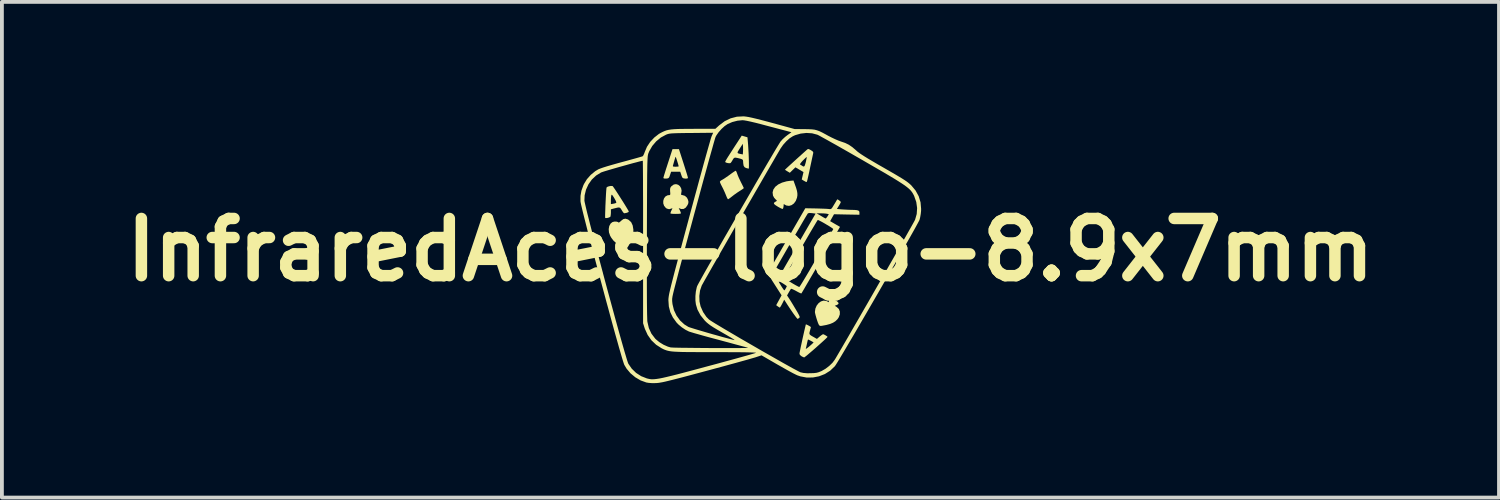
<source format=kicad_pcb>
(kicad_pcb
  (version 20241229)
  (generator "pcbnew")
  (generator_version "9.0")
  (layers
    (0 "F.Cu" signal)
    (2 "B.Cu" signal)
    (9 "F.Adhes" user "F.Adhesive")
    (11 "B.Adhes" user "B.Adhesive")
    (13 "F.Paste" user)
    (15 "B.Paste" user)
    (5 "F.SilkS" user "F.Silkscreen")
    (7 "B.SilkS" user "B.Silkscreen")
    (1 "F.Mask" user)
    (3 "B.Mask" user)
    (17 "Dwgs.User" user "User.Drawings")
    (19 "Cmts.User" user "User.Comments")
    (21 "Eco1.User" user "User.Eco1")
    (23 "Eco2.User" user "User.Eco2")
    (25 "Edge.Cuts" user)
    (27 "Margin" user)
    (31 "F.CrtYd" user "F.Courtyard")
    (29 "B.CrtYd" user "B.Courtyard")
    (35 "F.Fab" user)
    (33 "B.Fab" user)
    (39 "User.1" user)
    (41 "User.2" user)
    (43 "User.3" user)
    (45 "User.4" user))
  (footprint "InfraredAces-logo-8.9x7mm"
    (layer "F.Cu")
    (at 16.621 3.498)
    (property "Reference" "InfraredAces-logo-8.9x7mm" (at 0 0 0) (layer "F.SilkS") (effects (font (size 1.5 1.5) (thickness 0.3))))
    (attr board_only exclude_from_pos_files exclude_from_bom)
    (fp_poly (pts (xy -3.217 -0.798) (xy -3.191 -0.783) (xy -3.127 -0.725) (xy -3.087 -0.64) (xy -3.069 -0.532) (xy -3.07 -0.457) (xy -3.077 -0.387) (xy -3.09 -0.327) (xy -3.113 -0.264) (xy -3.15 -0.187) (xy -3.155 -0.177) (xy -3.191 -0.112) (xy -3.224 -0.06) (xy -3.249 -0.028) (xy -3.259 -0.021) (xy -3.285 -0.028) (xy -3.331 -0.05) (xy -3.39 -0.084) (xy -3.416 -0.101) (xy -3.516 -0.172) (xy -3.591 -0.242) (xy -3.648 -0.317) (xy -3.678 -0.37) (xy -3.708 -0.456) (xy -3.715 -0.542) (xy -3.701 -0.622) (xy -3.666 -0.687) (xy -3.62 -0.725) (xy -3.571 -0.739) (xy -3.518 -0.74) (xy -3.475 -0.729) (xy -3.458 -0.715) (xy -3.442 -0.717) (xy -3.411 -0.74) (xy -3.39 -0.76) (xy -3.333 -0.804) (xy -3.278 -0.816)) (stroke (width 0) (type solid)) (fill yes) (layer "F.SilkS"))
    (fp_poly (pts (xy 2.113 1.261) (xy 2.169 1.287) (xy 2.212 1.312) (xy 2.276 1.355) (xy 2.307 1.389) (xy 2.308 1.417) (xy 2.278 1.44) (xy 2.265 1.446) (xy 2.211 1.468) (xy 2.261 1.499) (xy 2.316 1.55) (xy 2.343 1.617) (xy 2.343 1.692) (xy 2.315 1.77) (xy 2.279 1.822) (xy 2.227 1.872) (xy 2.166 1.911) (xy 2.09 1.943) (xy 1.992 1.97) (xy 1.869 1.993) (xy 1.827 1.995) (xy 1.801 1.978) (xy 1.788 1.955) (xy 1.769 1.911) (xy 1.747 1.847) (xy 1.725 1.776) (xy 1.706 1.708) (xy 1.693 1.653) (xy 1.69 1.627) (xy 1.703 1.539) (xy 1.737 1.461) (xy 1.787 1.398) (xy 1.848 1.353) (xy 1.915 1.332) (xy 1.983 1.339) (xy 2.002 1.347) (xy 2.056 1.374) (xy 2.056 1.314) (xy 2.061 1.274) (xy 2.079 1.257)) (stroke (width 0) (type solid)) (fill yes) (layer "F.SilkS"))
    (fp_poly (pts (xy 1.162 -1.723) (xy 1.198 -1.622) (xy 1.22 -1.545) (xy 1.23 -1.483) (xy 1.231 -1.428) (xy 1.222 -1.373) (xy 1.221 -1.367) (xy 1.189 -1.282) (xy 1.14 -1.215) (xy 1.079 -1.171) (xy 1.011 -1.151) (xy 0.943 -1.161) (xy 0.921 -1.172) (xy 0.873 -1.199) (xy 0.868 -1.137) (xy 0.86 -1.095) (xy 0.847 -1.071) (xy 0.845 -1.07) (xy 0.822 -1.077) (xy 0.779 -1.097) (xy 0.724 -1.127) (xy 0.719 -1.13) (xy 0.655 -1.171) (xy 0.62 -1.202) (xy 0.615 -1.226) (xy 0.635 -1.248) (xy 0.649 -1.256) (xy 0.685 -1.277) (xy 0.692 -1.292) (xy 0.671 -1.313) (xy 0.657 -1.324) (xy 0.621 -1.365) (xy 0.593 -1.418) (xy 0.591 -1.422) (xy 0.581 -1.505) (xy 0.602 -1.582) (xy 0.652 -1.653) (xy 0.728 -1.713) (xy 0.828 -1.761) (xy 0.947 -1.795) (xy 1.03 -1.807) (xy 1.128 -1.816)) (stroke (width 0) (type solid)) (fill yes) (layer "F.SilkS"))
    (fp_poly (pts (xy -0.373 -2.058) (xy -0.356 -2.02) (xy -0.349 -1.999) (xy -0.331 -1.95) (xy -0.302 -1.882) (xy -0.266 -1.807) (xy -0.251 -1.776) (xy -0.218 -1.711) (xy -0.192 -1.658) (xy -0.177 -1.625) (xy -0.174 -1.617) (xy -0.188 -1.604) (xy -0.224 -1.578) (xy -0.275 -1.545) (xy -0.281 -1.542) (xy -0.354 -1.494) (xy -0.431 -1.439) (xy -0.481 -1.4) (xy -0.53 -1.362) (xy -0.568 -1.335) (xy -0.588 -1.324) (xy -0.588 -1.324) (xy -0.6 -1.339) (xy -0.62 -1.378) (xy -0.642 -1.433) (xy -0.674 -1.509) (xy -0.713 -1.594) (xy -0.742 -1.651) (xy -0.772 -1.709) (xy -0.793 -1.756) (xy -0.801 -1.782) (xy -0.801 -1.783) (xy -0.787 -1.805) (xy -0.752 -1.829) (xy -0.745 -1.832) (xy -0.706 -1.855) (xy -0.65 -1.892) (xy -0.583 -1.938) (xy -0.544 -1.966) (xy -0.483 -2.011) (xy -0.432 -2.046) (xy -0.397 -2.068) (xy -0.386 -2.073)) (stroke (width 0) (type solid)) (fill yes) (layer "F.SilkS"))
    (fp_poly (pts (xy -1.756 -2.273) (xy -1.722 -2.166) (xy -1.691 -2.068) (xy -1.666 -1.987) (xy -1.648 -1.926) (xy -1.639 -1.891) (xy -1.638 -1.885) (xy -1.651 -1.87) (xy -1.691 -1.866) (xy -1.71 -1.867) (xy -1.753 -1.873) (xy -1.779 -1.886) (xy -1.796 -1.916) (xy -1.812 -1.96) (xy -1.841 -2.047) (xy -1.96 -2.047) (xy -2.079 -2.047) (xy -2.108 -1.96) (xy -2.126 -1.909) (xy -2.145 -1.882) (xy -2.172 -1.871) (xy -2.21 -1.867) (xy -2.26 -1.868) (xy -2.281 -1.879) (xy -2.282 -1.885) (xy -2.276 -1.907) (xy -2.262 -1.958) (xy -2.239 -2.032) (xy -2.211 -2.123) (xy -2.189 -2.189) (xy -2.032 -2.189) (xy -2.014 -2.18) (xy -1.969 -2.178) (xy -1.961 -2.178) (xy -1.914 -2.18) (xy -1.885 -2.185) (xy -1.881 -2.188) (xy -1.886 -2.21) (xy -1.898 -2.254) (xy -1.915 -2.308) (xy -1.932 -2.363) (xy -1.948 -2.409) (xy -1.958 -2.436) (xy -1.96 -2.439) (xy -1.968 -2.424) (xy -1.981 -2.384) (xy -1.994 -2.339) (xy -2.011 -2.279) (xy -2.025 -2.23) (xy -2.032 -2.208) (xy -2.032 -2.189) (xy -2.189 -2.189) (xy -2.177 -2.227) (xy -2.162 -2.273) (xy -2.043 -2.639) (xy -1.959 -2.639) (xy -1.874 -2.639)) (stroke (width 0) (type solid)) (fill yes) (layer "F.SilkS"))
    (fp_poly (pts (xy -1.895 -1.705) (xy -1.849 -1.668) (xy -1.817 -1.614) (xy -1.804 -1.549) (xy -1.815 -1.476) (xy -1.816 -1.472) (xy -1.819 -1.446) (xy -1.797 -1.436) (xy -1.785 -1.435) (xy -1.717 -1.414) (xy -1.664 -1.366) (xy -1.636 -1.308) (xy -1.625 -1.258) (xy -1.63 -1.216) (xy -1.648 -1.174) (xy -1.694 -1.107) (xy -1.749 -1.072) (xy -1.81 -1.069) (xy -1.828 -1.074) (xy -1.88 -1.094) (xy -1.847 -1.028) (xy -1.829 -0.986) (xy -1.823 -0.956) (xy -1.824 -0.952) (xy -1.846 -0.946) (xy -1.892 -0.942) (xy -1.955 -0.941) (xy -1.96 -0.941) (xy -2.023 -0.942) (xy -2.071 -0.946) (xy -2.095 -0.951) (xy -2.096 -0.952) (xy -2.095 -0.972) (xy -2.081 -1.011) (xy -2.071 -1.031) (xy -2.051 -1.073) (xy -2.046 -1.09) (xy -2.056 -1.089) (xy -2.071 -1.081) (xy -2.132 -1.064) (xy -2.191 -1.08) (xy -2.218 -1.098) (xy -2.263 -1.152) (xy -2.285 -1.216) (xy -2.285 -1.283) (xy -2.266 -1.346) (xy -2.229 -1.397) (xy -2.176 -1.427) (xy -2.137 -1.433) (xy -2.114 -1.435) (xy -2.103 -1.448) (xy -2.101 -1.481) (xy -2.105 -1.528) (xy -2.107 -1.585) (xy -2.101 -1.623) (xy -2.081 -1.655) (xy -2.063 -1.673) (xy -2.008 -1.712) (xy -1.95 -1.721)) (stroke (width 0) (type solid)) (fill yes) (layer "F.SilkS"))
    (fp_poly (pts (xy -0.153 -2.971) (xy -0.078 -2.949) (xy -0.067 -2.826) (xy -0.06 -2.736) (xy -0.054 -2.635) (xy -0.048 -2.53) (xy -0.044 -2.427) (xy -0.041 -2.33) (xy -0.04 -2.246) (xy -0.04 -2.18) (xy -0.042 -2.139) (xy -0.046 -2.127) (xy -0.072 -2.133) (xy -0.114 -2.144) (xy -0.115 -2.144) (xy -0.155 -2.166) (xy -0.18 -2.208) (xy -0.19 -2.275) (xy -0.192 -2.319) (xy -0.197 -2.352) (xy -0.218 -2.372) (xy -0.258 -2.386) (xy -0.334 -2.406) (xy -0.384 -2.415) (xy -0.416 -2.414) (xy -0.438 -2.399) (xy -0.458 -2.371) (xy -0.467 -2.354) (xy -0.494 -2.309) (xy -0.517 -2.279) (xy -0.523 -2.273) (xy -0.551 -2.269) (xy -0.592 -2.273) (xy -0.633 -2.284) (xy -0.659 -2.298) (xy -0.662 -2.304) (xy -0.658 -2.316) (xy -0.646 -2.34) (xy -0.624 -2.379) (xy -0.59 -2.434) (xy -0.542 -2.509) (xy -0.52 -2.543) (xy -0.338 -2.543) (xy -0.325 -2.529) (xy -0.294 -2.52) (xy -0.275 -2.515) (xy -0.2 -2.5) (xy -0.195 -2.565) (xy -0.193 -2.628) (xy -0.194 -2.696) (xy -0.195 -2.705) (xy -0.2 -2.779) (xy -0.267 -2.676) (xy -0.309 -2.61) (xy -0.333 -2.568) (xy -0.338 -2.543) (xy -0.52 -2.543) (xy -0.479 -2.607) (xy -0.4 -2.729) (xy -0.354 -2.799) (xy -0.228 -2.993)) (stroke (width 0) (type solid)) (fill yes) (layer "F.SilkS"))
    (fp_poly (pts (xy 1.551 -2.63) (xy 1.584 -2.612) (xy 1.628 -2.583) (xy 1.646 -2.557) (xy 1.646 -2.536) (xy 1.64 -2.508) (xy 1.628 -2.452) (xy 1.611 -2.374) (xy 1.591 -2.28) (xy 1.568 -2.175) (xy 1.567 -2.169) (xy 1.541 -2.043) (xy 1.52 -1.948) (xy 1.504 -1.879) (xy 1.493 -1.831) (xy 1.484 -1.801) (xy 1.478 -1.785) (xy 1.472 -1.778) (xy 1.467 -1.777) (xy 1.445 -1.785) (xy 1.408 -1.806) (xy 1.4 -1.81) (xy 1.345 -1.844) (xy 1.368 -1.941) (xy 1.391 -2.038) (xy 1.285 -2.1) (xy 1.179 -2.162) (xy 1.106 -2.091) (xy 1.033 -2.019) (xy 0.97 -2.056) (xy 0.93 -2.081) (xy 0.908 -2.097) (xy 0.906 -2.1) (xy 0.918 -2.112) (xy 0.952 -2.144) (xy 1.003 -2.191) (xy 1.054 -2.238) (xy 1.298 -2.238) (xy 1.3 -2.236) (xy 1.328 -2.22) (xy 1.352 -2.204) (xy 1.384 -2.184) (xy 1.407 -2.185) (xy 1.425 -2.21) (xy 1.442 -2.264) (xy 1.452 -2.302) (xy 1.465 -2.363) (xy 1.474 -2.409) (xy 1.476 -2.432) (xy 1.476 -2.432) (xy 1.462 -2.424) (xy 1.43 -2.395) (xy 1.387 -2.353) (xy 1.375 -2.341) (xy 1.333 -2.294) (xy 1.306 -2.258) (xy 1.298 -2.238) (xy 1.054 -2.238) (xy 1.068 -2.25) (xy 1.141 -2.317) (xy 1.219 -2.388) (xy 1.297 -2.458) (xy 1.371 -2.525) (xy 1.437 -2.584) (xy 1.475 -2.618) (xy 1.5 -2.638) (xy 1.521 -2.642)) (stroke (width 0) (type solid)) (fill yes) (layer "F.SilkS"))
    (fp_poly (pts (xy -3.621 -1.672) (xy -3.607 -1.665) (xy -3.585 -1.634) (xy -3.549 -1.582) (xy -3.504 -1.514) (xy -3.452 -1.434) (xy -3.398 -1.349) (xy -3.343 -1.263) (xy -3.292 -1.181) (xy -3.248 -1.109) (xy -3.214 -1.052) (xy -3.193 -1.015) (xy -3.188 -1.003) (xy -3.203 -0.986) (xy -3.241 -0.97) (xy -3.289 -0.96) (xy -3.311 -0.958) (xy -3.328 -0.972) (xy -3.354 -1.007) (xy -3.373 -1.038) (xy -3.397 -1.077) (xy -3.418 -1.1) (xy -3.445 -1.11) (xy -3.485 -1.106) (xy -3.546 -1.091) (xy -3.592 -1.079) (xy -3.658 -1.061) (xy -3.658 -0.967) (xy -3.662 -0.913) (xy -3.669 -0.874) (xy -3.676 -0.862) (xy -3.716 -0.844) (xy -3.761 -0.833) (xy -3.796 -0.832) (xy -3.808 -0.838) (xy -3.809 -0.858) (xy -3.809 -0.908) (xy -3.807 -0.98) (xy -3.804 -1.068) (xy -3.801 -1.166) (xy -3.799 -1.197) (xy -3.658 -1.197) (xy -3.595 -1.208) (xy -3.549 -1.218) (xy -3.519 -1.23) (xy -3.517 -1.232) (xy -3.518 -1.253) (xy -3.535 -1.294) (xy -3.565 -1.348) (xy -3.569 -1.356) (xy -3.604 -1.41) (xy -3.625 -1.439) (xy -3.638 -1.444) (xy -3.646 -1.43) (xy -3.647 -1.425) (xy -3.653 -1.385) (xy -3.657 -1.326) (xy -3.658 -1.291) (xy -3.658 -1.197) (xy -3.799 -1.197) (xy -3.796 -1.269) (xy -3.791 -1.369) (xy -3.786 -1.462) (xy -3.781 -1.54) (xy -3.776 -1.597) (xy -3.773 -1.629) (xy -3.772 -1.631) (xy -3.751 -1.65) (xy -3.709 -1.665) (xy -3.661 -1.674)) (stroke (width 0) (type solid)) (fill yes) (layer "F.SilkS"))
    (fp_poly (pts (xy 1.47 1.959) (xy 1.504 1.975) (xy 1.543 1.996) (xy 1.574 2.016) (xy 1.585 2.027) (xy 1.581 2.044) (xy 1.57 2.084) (xy 1.561 2.12) (xy 1.548 2.168) (xy 1.546 2.2) (xy 1.558 2.224) (xy 1.589 2.248) (xy 1.644 2.28) (xy 1.66 2.289) (xy 1.743 2.336) (xy 1.815 2.274) (xy 1.858 2.24) (xy 1.892 2.218) (xy 1.904 2.212) (xy 1.929 2.221) (xy 1.965 2.24) (xy 2 2.262) (xy 2.02 2.279) (xy 2.021 2.282) (xy 2.008 2.298) (xy 1.974 2.332) (xy 1.921 2.381) (xy 1.856 2.44) (xy 1.782 2.506) (xy 1.705 2.575) (xy 1.628 2.642) (xy 1.555 2.704) (xy 1.493 2.757) (xy 1.444 2.796) (xy 1.415 2.818) (xy 1.408 2.821) (xy 1.379 2.811) (xy 1.337 2.789) (xy 1.333 2.786) (xy 1.295 2.753) (xy 1.286 2.716) (xy 1.286 2.713) (xy 1.293 2.676) (xy 1.306 2.614) (xy 1.31 2.593) (xy 1.45 2.593) (xy 1.457 2.596) (xy 1.484 2.579) (xy 1.527 2.546) (xy 1.547 2.529) (xy 1.597 2.485) (xy 1.634 2.45) (xy 1.654 2.431) (xy 1.655 2.429) (xy 1.641 2.418) (xy 1.608 2.399) (xy 1.567 2.377) (xy 1.531 2.359) (xy 1.51 2.352) (xy 1.51 2.352) (xy 1.503 2.367) (xy 1.493 2.408) (xy 1.482 2.458) (xy 1.469 2.519) (xy 1.457 2.57) (xy 1.45 2.593) (xy 1.31 2.593) (xy 1.322 2.534) (xy 1.342 2.442) (xy 1.363 2.343) (xy 1.385 2.245) (xy 1.406 2.152) (xy 1.425 2.07) (xy 1.44 2.007) (xy 1.45 1.966) (xy 1.453 1.955)) (stroke (width 0) (type solid)) (fill yes) (layer "F.SilkS"))
    (fp_poly (pts (xy 2.291 -1.318) (xy 2.32 -1.3) (xy 2.35 -1.276) (xy 2.368 -1.256) (xy 2.369 -1.252) (xy 2.361 -1.23) (xy 2.339 -1.189) (xy 2.318 -1.154) (xy 2.266 -1.071) (xy 2.383 -1.06) (xy 2.462 -1.055) (xy 2.555 -1.05) (xy 2.639 -1.047) (xy 2.73 -1.045) (xy 2.792 -1.039) (xy 2.83 -1.028) (xy 2.85 -1.011) (xy 2.857 -0.985) (xy 2.857 -0.971) (xy 2.857 -0.919) (xy 2.524 -0.925) (xy 2.191 -0.932) (xy 2.14 -0.842) (xy 2.089 -0.751) (xy 2.218 -0.676) (xy 2.348 -0.601) (xy 1.847 0.266) (xy 1.755 0.425) (xy 1.669 0.575) (xy 1.588 0.713) (xy 1.516 0.837) (xy 1.454 0.943) (xy 1.404 1.03) (xy 1.366 1.094) (xy 1.343 1.133) (xy 1.336 1.144) (xy 1.317 1.14) (xy 1.276 1.122) (xy 1.221 1.093) (xy 1.2 1.081) (xy 1.141 1.05) (xy 1.094 1.029) (xy 1.066 1.021) (xy 1.063 1.023) (xy 1.048 1.045) (xy 1.023 1.086) (xy 1.005 1.117) (xy 0.96 1.197) (xy 1.006 1.265) (xy 1.032 1.305) (xy 1.071 1.367) (xy 1.118 1.444) (xy 1.168 1.528) (xy 1.18 1.548) (xy 1.23 1.633) (xy 1.263 1.693) (xy 1.283 1.733) (xy 1.291 1.759) (xy 1.288 1.775) (xy 1.278 1.786) (xy 1.277 1.787) (xy 1.248 1.806) (xy 1.236 1.811) (xy 1.222 1.798) (xy 1.193 1.763) (xy 1.155 1.711) (xy 1.13 1.677) (xy 1.076 1.599) (xy 1.019 1.515) (xy 0.969 1.439) (xy 0.96 1.425) (xy 0.885 1.308) (xy 0.833 1.412) (xy 0.805 1.464) (xy 0.782 1.501) (xy 0.77 1.515) (xy 0.749 1.505) (xy 0.717 1.483) (xy 0.675 1.452) (xy 0.746 1.322) (xy 0.816 1.193) (xy 0.633 0.907) (xy 0.579 0.823) (xy 0.739 0.823) (xy 0.744 0.84) (xy 0.763 0.877) (xy 0.792 0.925) (xy 0.824 0.977) (xy 0.854 1.022) (xy 0.878 1.054) (xy 0.888 1.063) (xy 0.904 1.049) (xy 0.924 1.015) (xy 0.924 1.015) (xy 0.943 0.978) (xy 0.954 0.956) (xy 0.943 0.943) (xy 0.91 0.92) (xy 0.865 0.89) (xy 0.817 0.861) (xy 0.774 0.837) (xy 0.745 0.824) (xy 0.739 0.823) (xy 0.579 0.823) (xy 0.569 0.807) (xy 0.523 0.732) (xy 0.491 0.677) (xy 0.473 0.639) (xy 0.465 0.613) (xy 0.595 0.613) (xy 0.648 0.699) (xy 0.677 0.745) (xy 0.699 0.774) (xy 0.707 0.78) (xy 0.716 0.764) (xy 0.735 0.733) (xy 0.884 0.733) (xy 0.896 0.747) (xy 0.933 0.773) (xy 0.986 0.808) (xy 1.05 0.848) (xy 1.117 0.889) (xy 1.18 0.925) (xy 1.234 0.954) (xy 1.271 0.972) (xy 1.281 0.975) (xy 1.293 0.96) (xy 1.321 0.918) (xy 1.362 0.852) (xy 1.415 0.764) (xy 1.479 0.657) (xy 1.552 0.534) (xy 1.631 0.398) (xy 1.715 0.252) (xy 1.733 0.222) (xy 1.818 0.074) (xy 1.898 -0.065) (xy 1.97 -0.192) (xy 2.035 -0.304) (xy 2.089 -0.397) (xy 2.13 -0.47) (xy 2.158 -0.519) (xy 2.171 -0.542) (xy 2.172 -0.543) (xy 2.16 -0.555) (xy 2.125 -0.581) (xy 2.072 -0.615) (xy 2.008 -0.653) (xy 1.941 -0.693) (xy 1.876 -0.73) (xy 1.82 -0.759) (xy 1.781 -0.778) (xy 1.765 -0.782) (xy 1.754 -0.767) (xy 1.728 -0.725) (xy 1.689 -0.659) (xy 1.638 -0.574) (xy 1.578 -0.473) (xy 1.511 -0.359) (xy 1.439 -0.235) (xy 1.364 -0.106) (xy 1.288 0.025) (xy 1.212 0.154) (xy 1.14 0.279) (xy 1.073 0.396) (xy 1.013 0.501) (xy 0.962 0.591) (xy 0.922 0.661) (xy 0.895 0.71) (xy 0.884 0.732) (xy 0.884 0.733) (xy 0.735 0.733) (xy 0.742 0.721) (xy 0.781 0.653) (xy 0.834 0.563) (xy 0.897 0.454) (xy 0.97 0.327) (xy 1.051 0.187) (xy 1.139 0.036) (xy 1.21 -0.088) (xy 1.708 -0.949) (xy 1.647 -0.957) (xy 1.733 -0.957) (xy 1.847 -0.89) (xy 1.902 -0.857) (xy 1.946 -0.832) (xy 1.97 -0.821) (xy 1.971 -0.82) (xy 1.987 -0.833) (xy 2.012 -0.865) (xy 2.019 -0.875) (xy 2.055 -0.932) (xy 2.016 -0.943) (xy 1.979 -0.949) (xy 1.921 -0.954) (xy 1.855 -0.956) (xy 1.733 -0.957) (xy 1.647 -0.957) (xy 1.616 -0.961) (xy 1.548 -0.966) (xy 1.509 -0.957) (xy 1.505 -0.953) (xy 1.492 -0.934) (xy 1.464 -0.888) (xy 1.422 -0.818) (xy 1.368 -0.726) (xy 1.304 -0.615) (xy 1.231 -0.49) (xy 1.15 -0.351) (xy 1.065 -0.203) (xy 1.04 -0.16) (xy 0.595 0.613) (xy 0.465 0.613) (xy 0.465 0.612) (xy 0.466 0.594) (xy 0.47 0.585) (xy 0.482 0.564) (xy 0.51 0.515) (xy 0.552 0.441) (xy 0.607 0.347) (xy 0.672 0.234) (xy 0.747 0.105) (xy 0.828 -0.037) (xy 0.916 -0.188) (xy 0.964 -0.27) (xy 1.438 -1.089) (xy 1.716 -1.084) (xy 1.817 -1.081) (xy 1.909 -1.078) (xy 1.986 -1.075) (xy 2.041 -1.071) (xy 2.057 -1.069) (xy 2.088 -1.066) (xy 2.111 -1.071) (xy 2.133 -1.089) (xy 2.158 -1.127) (xy 2.195 -1.188) (xy 2.23 -1.246) (xy 2.257 -1.292) (xy 2.273 -1.318) (xy 2.275 -1.321)) (stroke (width 0) (type solid)) (fill yes) (layer "F.SilkS"))
    (fp_poly (pts (xy -0.166 -3.497) (xy -0.113 -3.491) (xy -0.044 -3.48) (xy 0.044 -3.461) (xy 0.154 -3.435) (xy 0.288 -3.401) (xy 0.451 -3.358) (xy 0.566 -3.327) (xy 1.159 -3.165) (xy 1.42 -3.163) (xy 1.526 -3.161) (xy 1.61 -3.157) (xy 1.68 -3.149) (xy 1.743 -3.133) (xy 1.809 -3.109) (xy 1.884 -3.073) (xy 1.977 -3.023) (xy 2.038 -2.989) (xy 2.128 -2.943) (xy 2.221 -2.899) (xy 2.307 -2.862) (xy 2.369 -2.84) (xy 2.483 -2.801) (xy 2.579 -2.754) (xy 2.671 -2.691) (xy 2.77 -2.606) (xy 2.807 -2.573) (xy 2.855 -2.537) (xy 2.915 -2.496) (xy 2.991 -2.447) (xy 3.085 -2.389) (xy 3.202 -2.32) (xy 3.343 -2.237) (xy 3.492 -2.152) (xy 3.65 -2.061) (xy 3.78 -1.986) (xy 3.886 -1.923) (xy 3.972 -1.871) (xy 4.041 -1.827) (xy 4.096 -1.79) (xy 4.14 -1.756) (xy 4.177 -1.725) (xy 4.21 -1.695) (xy 4.215 -1.69) (xy 4.328 -1.555) (xy 4.41 -1.406) (xy 4.459 -1.246) (xy 4.474 -1.074) (xy 4.473 -1.02) (xy 4.464 -0.938) (xy 4.45 -0.856) (xy 4.434 -0.79) (xy 4.433 -0.788) (xy 4.42 -0.759) (xy 4.39 -0.703) (xy 4.345 -0.62) (xy 4.287 -0.515) (xy 4.216 -0.389) (xy 4.134 -0.244) (xy 4.043 -0.083) (xy 3.943 0.092) (xy 3.836 0.28) (xy 3.723 0.476) (xy 3.606 0.68) (xy 3.486 0.888) (xy 3.364 1.1) (xy 3.242 1.311) (xy 3.12 1.521) (xy 3.001 1.726) (xy 2.885 1.925) (xy 2.774 2.116) (xy 2.669 2.295) (xy 2.571 2.46) (xy 2.483 2.61) (xy 2.404 2.743) (xy 2.337 2.855) (xy 2.283 2.944) (xy 2.242 3.009) (xy 2.217 3.046) (xy 2.212 3.053) (xy 2.091 3.168) (xy 1.952 3.256) (xy 1.798 3.316) (xy 1.636 3.347) (xy 1.471 3.348) (xy 1.307 3.317) (xy 1.226 3.289) (xy 1.184 3.269) (xy 1.116 3.235) (xy 1.029 3.188) (xy 0.928 3.132) (xy 0.817 3.069) (xy 0.707 3.007) (xy 0.291 2.766) (xy 0.124 2.821) (xy 0.078 2.834) (xy 0.002 2.856) (xy -0.101 2.886) (xy -0.228 2.921) (xy -0.375 2.962) (xy -0.54 3.007) (xy -0.718 3.056) (xy -0.907 3.107) (xy -1.103 3.16) (xy -1.185 3.182) (xy -1.413 3.243) (xy -1.611 3.296) (xy -1.781 3.341) (xy -1.924 3.378) (xy -2.045 3.409) (xy -2.146 3.434) (xy -2.229 3.454) (xy -2.297 3.469) (xy -2.353 3.479) (xy -2.4 3.487) (xy -2.439 3.491) (xy -2.474 3.494) (xy -2.483 3.494) (xy -2.58 3.495) (xy -2.669 3.488) (xy -2.729 3.478) (xy -2.878 3.424) (xy -3.019 3.341) (xy -3.144 3.237) (xy -3.247 3.115) (xy -3.307 3.014) (xy -3.32 2.978) (xy -3.342 2.911) (xy -3.371 2.816) (xy -3.406 2.695) (xy -3.448 2.55) (xy -3.494 2.385) (xy -3.546 2.202) (xy -3.601 2.003) (xy -3.659 1.791) (xy -3.719 1.569) (xy -3.782 1.339) (xy -3.845 1.104) (xy -3.909 0.866) (xy -3.973 0.629) (xy -4.035 0.394) (xy -4.096 0.164) (xy -4.154 -0.058) (xy -4.209 -0.269) (xy -4.261 -0.467) (xy -4.307 -0.65) (xy -4.349 -0.815) (xy -4.385 -0.958) (xy -4.414 -1.079) (xy -4.436 -1.173) (xy -4.45 -1.239) (xy -4.455 -1.272) (xy -4.455 -1.29) (xy -4.352 -1.29) (xy -4.346 -1.254) (xy -4.331 -1.187) (xy -4.309 -1.092) (xy -4.28 -0.971) (xy -4.243 -0.827) (xy -4.202 -0.663) (xy -4.154 -0.48) (xy -4.103 -0.282) (xy -4.048 -0.071) (xy -3.989 0.15) (xy -3.928 0.378) (xy -3.866 0.612) (xy -3.803 0.848) (xy -3.739 1.085) (xy -3.675 1.319) (xy -3.613 1.547) (xy -3.553 1.768) (xy -3.495 1.978) (xy -3.44 2.176) (xy -3.389 2.358) (xy -3.342 2.523) (xy -3.301 2.666) (xy -3.265 2.787) (xy -3.237 2.881) (xy -3.215 2.948) (xy -3.202 2.983) (xy -3.201 2.985) (xy -3.112 3.115) (xy -2.998 3.226) (xy -2.863 3.313) (xy -2.716 3.371) (xy -2.678 3.38) (xy -2.642 3.388) (xy -2.603 3.393) (xy -2.56 3.394) (xy -2.51 3.391) (xy -2.451 3.384) (xy -2.381 3.373) (xy -2.296 3.356) (xy -2.195 3.333) (xy -2.075 3.304) (xy -1.934 3.269) (xy -1.768 3.226) (xy -1.577 3.175) (xy -1.356 3.116) (xy -1.107 3.049) (xy -0.905 2.995) (xy -0.714 2.943) (xy -0.535 2.894) (xy -0.371 2.849) (xy -0.224 2.808) (xy -0.099 2.773) (xy 0.004 2.744) (xy 0.081 2.721) (xy 0.13 2.706) (xy 0.147 2.7) (xy 0.134 2.696) (xy 0.086 2.693) (xy 0.005 2.69) (xy -0.108 2.687) (xy -0.254 2.685) (xy -0.431 2.684) (xy -0.639 2.683) (xy -0.877 2.683) (xy -0.924 2.683) (xy -1.158 2.682) (xy -1.361 2.682) (xy -1.534 2.681) (xy -1.68 2.68) (xy -1.804 2.678) (xy -1.906 2.674) (xy -1.991 2.67) (xy -2.061 2.664) (xy -2.118 2.656) (xy -2.166 2.646) (xy -2.208 2.634) (xy -2.246 2.62) (xy -2.283 2.604) (xy -2.322 2.584) (xy -2.33 2.58) (xy -2.472 2.489) (xy -2.595 2.372) (xy -2.694 2.232) (xy -2.766 2.074) (xy -2.775 2.048) (xy -2.814 1.925) (xy -2.814 0.364) (xy -2.715 0.364) (xy -2.715 0.667) (xy -2.715 0.938) (xy -2.714 1.176) (xy -2.713 1.38) (xy -2.711 1.551) (xy -2.709 1.688) (xy -2.706 1.79) (xy -2.704 1.859) (xy -2.701 1.887) (xy -2.663 2.051) (xy -2.596 2.197) (xy -2.499 2.325) (xy -2.483 2.342) (xy -2.388 2.421) (xy -2.277 2.489) (xy -2.163 2.539) (xy -2.091 2.559) (xy -2.063 2.561) (xy -2.006 2.564) (xy -1.923 2.566) (xy -1.818 2.568) (xy -1.695 2.569) (xy -1.557 2.571) (xy -1.408 2.572) (xy -1.251 2.574) (xy -1.09 2.575) (xy -0.929 2.575) (xy -0.772 2.576) (xy -0.621 2.576) (xy -0.481 2.576) (xy -0.355 2.575) (xy -0.246 2.575) (xy -0.16 2.574) (xy -0.098 2.572) (xy -0.065 2.57) (xy -0.061 2.569) (xy -0.081 2.563) (xy -0.131 2.549) (xy -0.208 2.529) (xy -0.308 2.502) (xy -0.427 2.47) (xy -0.562 2.433) (xy -0.709 2.394) (xy -0.801 2.369) (xy -0.958 2.327) (xy -1.108 2.287) (xy -1.246 2.249) (xy -1.368 2.214) (xy -1.472 2.185) (xy -1.551 2.161) (xy -1.603 2.145) (xy -1.618 2.139) (xy -1.705 2.095) (xy -1.799 2.032) (xy -1.885 1.96) (xy -1.934 1.91) (xy -2.033 1.774) (xy -2.101 1.634) (xy -2.139 1.485) (xy -2.149 1.342) (xy -2.052 1.342) (xy -2.045 1.408) (xy -2.043 1.425) (xy -2.005 1.581) (xy -1.937 1.725) (xy -1.845 1.852) (xy -1.732 1.956) (xy -1.628 2.02) (xy -1.597 2.032) (xy -1.537 2.051) (xy -1.454 2.077) (xy -1.351 2.108) (xy -1.235 2.142) (xy -1.109 2.179) (xy -0.98 2.216) (xy -0.85 2.252) (xy -0.727 2.287) (xy -0.613 2.317) (xy -0.515 2.343) (xy -0.438 2.363) (xy -0.419 2.367) (xy -0.421 2.36) (xy -0.428 2.354) (xy -0.447 2.341) (xy -0.492 2.313) (xy -0.558 2.274) (xy -0.64 2.226) (xy -0.734 2.172) (xy -0.767 2.153) (xy -0.884 2.085) (xy -0.975 2.03) (xy -1.047 1.983) (xy -1.104 1.94) (xy -1.153 1.899) (xy -1.197 1.855) (xy -1.199 1.853) (xy -1.31 1.715) (xy -1.389 1.566) (xy -1.43 1.43) (xy -1.442 1.329) (xy -1.442 1.213) (xy -1.442 1.21) (xy -1.34 1.21) (xy -1.335 1.354) (xy -1.307 1.481) (xy -1.241 1.632) (xy -1.154 1.759) (xy -1.089 1.825) (xy -1.06 1.846) (xy -1.004 1.882) (xy -0.924 1.932) (xy -0.822 1.993) (xy -0.702 2.065) (xy -0.566 2.145) (xy -0.418 2.232) (xy -0.26 2.325) (xy -0.095 2.42) (xy 0.073 2.517) (xy 0.242 2.615) (xy 0.408 2.71) (xy 0.57 2.802) (xy 0.723 2.889) (xy 0.865 2.97) (xy 0.993 3.041) (xy 1.104 3.103) (xy 1.196 3.152) (xy 1.264 3.188) (xy 1.306 3.209) (xy 1.315 3.212) (xy 1.39 3.228) (xy 1.485 3.236) (xy 1.577 3.235) (xy 1.663 3.232) (xy 1.726 3.225) (xy 1.779 3.212) (xy 1.833 3.191) (xy 1.868 3.176) (xy 1.967 3.119) (xy 2.064 3.045) (xy 2.149 2.963) (xy 2.203 2.892) (xy 2.229 2.851) (xy 2.269 2.783) (xy 2.323 2.691) (xy 2.39 2.577) (xy 2.467 2.444) (xy 2.555 2.293) (xy 2.65 2.127) (xy 2.753 1.949) (xy 2.862 1.761) (xy 2.975 1.564) (xy 3.092 1.362) (xy 3.21 1.156) (xy 3.328 0.95) (xy 3.446 0.744) (xy 3.562 0.542) (xy 3.674 0.346) (xy 3.782 0.157) (xy 3.883 -0.02) (xy 3.977 -0.185) (xy 4.063 -0.335) (xy 4.138 -0.468) (xy 4.202 -0.581) (xy 4.253 -0.672) (xy 4.29 -0.739) (xy 4.311 -0.779) (xy 4.316 -0.789) (xy 4.359 -0.939) (xy 4.369 -1.096) (xy 4.347 -1.253) (xy 4.293 -1.407) (xy 4.284 -1.427) (xy 4.264 -1.465) (xy 4.243 -1.5) (xy 4.218 -1.534) (xy 4.189 -1.568) (xy 4.151 -1.604) (xy 4.104 -1.643) (xy 4.046 -1.687) (xy 3.973 -1.736) (xy 3.885 -1.793) (xy 3.779 -1.859) (xy 3.652 -1.935) (xy 3.504 -2.023) (xy 3.331 -2.123) (xy 3.132 -2.238) (xy 2.927 -2.357) (xy 2.746 -2.461) (xy 2.572 -2.561) (xy 2.408 -2.654) (xy 2.256 -2.741) (xy 2.118 -2.818) (xy 1.999 -2.885) (xy 1.899 -2.94) (xy 1.823 -2.982) (xy 1.772 -3.009) (xy 1.751 -3.018) (xy 1.615 -3.054) (xy 1.467 -3.063) (xy 1.316 -3.046) (xy 1.171 -3.004) (xy 1.108 -2.975) (xy 1.026 -2.922) (xy 0.94 -2.844) (xy 0.858 -2.753) (xy 0.79 -2.656) (xy 0.787 -2.651) (xy 0.74 -2.57) (xy 0.679 -2.467) (xy 0.607 -2.342) (xy 0.524 -2.2) (xy 0.432 -2.041) (xy 0.332 -1.868) (xy 0.226 -1.684) (xy 0.114 -1.491) (xy -0.001 -1.291) (xy -0.119 -1.087) (xy -0.237 -0.881) (xy -0.356 -0.675) (xy -0.473 -0.471) (xy -0.587 -0.272) (xy -0.697 -0.08) (xy -0.802 0.102) (xy -0.899 0.272) (xy -0.989 0.428) (xy -1.068 0.568) (xy -1.137 0.689) (xy -1.194 0.789) (xy -1.237 0.866) (xy -1.265 0.916) (xy -1.277 0.938) (xy -1.321 1.067) (xy -1.34 1.21) (xy -1.442 1.21) (xy -1.431 1.095) (xy -1.409 0.99) (xy -1.399 0.958) (xy -1.386 0.93) (xy -1.356 0.874) (xy -1.311 0.793) (xy -1.253 0.688) (xy -1.183 0.563) (xy -1.101 0.419) (xy -1.01 0.259) (xy -0.911 0.084) (xy -0.805 -0.102) (xy -0.693 -0.298) (xy -0.576 -0.5) (xy -0.457 -0.708) (xy -0.336 -0.918) (xy -0.215 -1.128) (xy -0.094 -1.336) (xy 0.024 -1.54) (xy 0.138 -1.738) (xy 0.248 -1.926) (xy 0.351 -2.103) (xy 0.447 -2.267) (xy 0.534 -2.414) (xy 0.61 -2.544) (xy 0.675 -2.653) (xy 0.728 -2.74) (xy 0.766 -2.801) (xy 0.788 -2.836) (xy 0.79 -2.838) (xy 0.844 -2.899) (xy 0.912 -2.961) (xy 0.972 -3.008) (xy 1.023 -3.044) (xy 1.059 -3.07) (xy 1.073 -3.083) (xy 1.073 -3.084) (xy 1.054 -3.088) (xy 1.006 -3.1) (xy 0.932 -3.12) (xy 0.836 -3.145) (xy 0.722 -3.175) (xy 0.594 -3.209) (xy 0.476 -3.24) (xy 0.288 -3.29) (xy 0.132 -3.33) (xy 0.005 -3.36) (xy -0.093 -3.381) (xy -0.164 -3.393) (xy -0.209 -3.397) (xy -0.34 -3.384) (xy -0.476 -3.349) (xy -0.595 -3.298) (xy -0.676 -3.243) (xy -0.759 -3.167) (xy -0.835 -3.081) (xy -0.895 -2.995) (xy -0.914 -2.958) (xy -0.923 -2.932) (xy -0.94 -2.875) (xy -0.965 -2.789) (xy -0.996 -2.677) (xy -1.034 -2.542) (xy -1.078 -2.386) (xy -1.126 -2.212) (xy -1.178 -2.022) (xy -1.234 -1.819) (xy -1.292 -1.605) (xy -1.352 -1.383) (xy -1.414 -1.155) (xy -1.477 -0.925) (xy -1.539 -0.694) (xy -1.601 -0.466) (xy -1.661 -0.242) (xy -1.719 -0.026) (xy -1.774 0.181) (xy -1.826 0.375) (xy -1.874 0.554) (xy -1.916 0.716) (xy -1.953 0.858) (xy -1.984 0.976) (xy -2.008 1.07) (xy -2.024 1.136) (xy -2.025 1.14) (xy -2.043 1.222) (xy -2.052 1.285) (xy -2.052 1.342) (xy -2.149 1.342) (xy -2.15 1.333) (xy -2.15 1.308) (xy -2.149 1.283) (xy -2.146 1.256) (xy -2.142 1.224) (xy -2.136 1.186) (xy -2.127 1.139) (xy -2.114 1.082) (xy -2.098 1.014) (xy -2.078 0.931) (xy -2.053 0.833) (xy -2.023 0.716) (xy -1.988 0.58) (xy -1.946 0.423) (xy -1.898 0.242) (xy -1.843 0.035) (xy -1.781 -0.199) (xy -1.71 -0.462) (xy -1.631 -0.756) (xy -1.605 -0.854) (xy -1.535 -1.114) (xy -1.467 -1.366) (xy -1.401 -1.608) (xy -1.339 -1.838) (xy -1.28 -2.052) (xy -1.226 -2.25) (xy -1.176 -2.429) (xy -1.132 -2.586) (xy -1.094 -2.72) (xy -1.063 -2.828) (xy -1.04 -2.909) (xy -1.024 -2.959) (xy -1.018 -2.976) (xy -0.977 -3.068) (xy -1.547 -3.062) (xy -1.703 -3.061) (xy -1.829 -3.059) (xy -1.929 -3.057) (xy -2.006 -3.054) (xy -2.064 -3.051) (xy -2.109 -3.046) (xy -2.144 -3.04) (xy -2.173 -3.032) (xy -2.2 -3.022) (xy -2.214 -3.016) (xy -2.349 -2.943) (xy -2.47 -2.843) (xy -2.574 -2.721) (xy -2.652 -2.585) (xy -2.679 -2.519) (xy -2.683 -2.503) (xy -2.687 -2.484) (xy -2.691 -2.46) (xy -2.694 -2.428) (xy -2.697 -2.386) (xy -2.699 -2.333) (xy -2.702 -2.267) (xy -2.704 -2.186) (xy -2.705 -2.087) (xy -2.707 -1.97) (xy -2.708 -1.832) (xy -2.709 -1.671) (xy -2.71 -1.485) (xy -2.711 -1.273) (xy -2.712 -1.033) (xy -2.713 -0.762) (xy -2.714 -0.459) (xy -2.714 -0.34) (xy -2.715 0.028) (xy -2.715 0.364) (xy -2.814 0.364) (xy -2.814 -0.205) (xy -2.814 -0.474) (xy -2.814 -0.733) (xy -2.814 -0.981) (xy -2.814 -1.214) (xy -2.815 -1.432) (xy -2.816 -1.631) (xy -2.816 -1.809) (xy -2.817 -1.965) (xy -2.818 -2.097) (xy -2.819 -2.201) (xy -2.82 -2.277) (xy -2.821 -2.322) (xy -2.822 -2.334) (xy -2.848 -2.33) (xy -2.903 -2.317) (xy -2.981 -2.296) (xy -3.078 -2.271) (xy -3.187 -2.241) (xy -3.304 -2.208) (xy -3.424 -2.175) (xy -3.542 -2.141) (xy -3.652 -2.109) (xy -3.75 -2.08) (xy -3.83 -2.056) (xy -3.887 -2.037) (xy -3.915 -2.027) (xy -4.045 -1.947) (xy -4.157 -1.842) (xy -4.246 -1.716) (xy -4.31 -1.576) (xy -4.346 -1.428) (xy -4.352 -1.29) (xy -4.455 -1.29) (xy -4.454 -1.414) (xy -4.431 -1.547) (xy -4.382 -1.684) (xy -4.363 -1.725) (xy -4.287 -1.85) (xy -4.185 -1.965) (xy -4.068 -2.061) (xy -3.988 -2.109) (xy -3.939 -2.129) (xy -3.86 -2.157) (xy -3.755 -2.19) (xy -3.628 -2.227) (xy -3.483 -2.268) (xy -3.366 -2.3) (xy -3.236 -2.335) (xy -3.117 -2.368) (xy -3.012 -2.397) (xy -2.927 -2.421) (xy -2.864 -2.439) (xy -2.83 -2.45) (xy -2.824 -2.452) (xy -2.807 -2.475) (xy -2.786 -2.521) (xy -2.769 -2.567) (xy -2.712 -2.701) (xy -2.627 -2.829) (xy -2.52 -2.943) (xy -2.4 -3.037) (xy -2.351 -3.065) (xy -2.298 -3.092) (xy -2.248 -3.114) (xy -2.197 -3.132) (xy -2.14 -3.145) (xy -2.074 -3.155) (xy -1.993 -3.162) (xy -1.895 -3.167) (xy -1.773 -3.169) (xy -1.624 -3.17) (xy -1.484 -3.171) (xy -0.92 -3.171) (xy -0.819 -3.262) (xy -0.675 -3.371) (xy -0.52 -3.446) (xy -0.355 -3.489) (xy -0.182 -3.498)) (stroke (width 0) (type solid)) (fill yes) (layer "F.SilkS")))
  (gr_rect
    (start -3 -3)
    (end 36.243 9.992)
    (stroke (width 0.1) (type default))
    (fill no)
    (layer "Edge.Cuts")))
</source>
